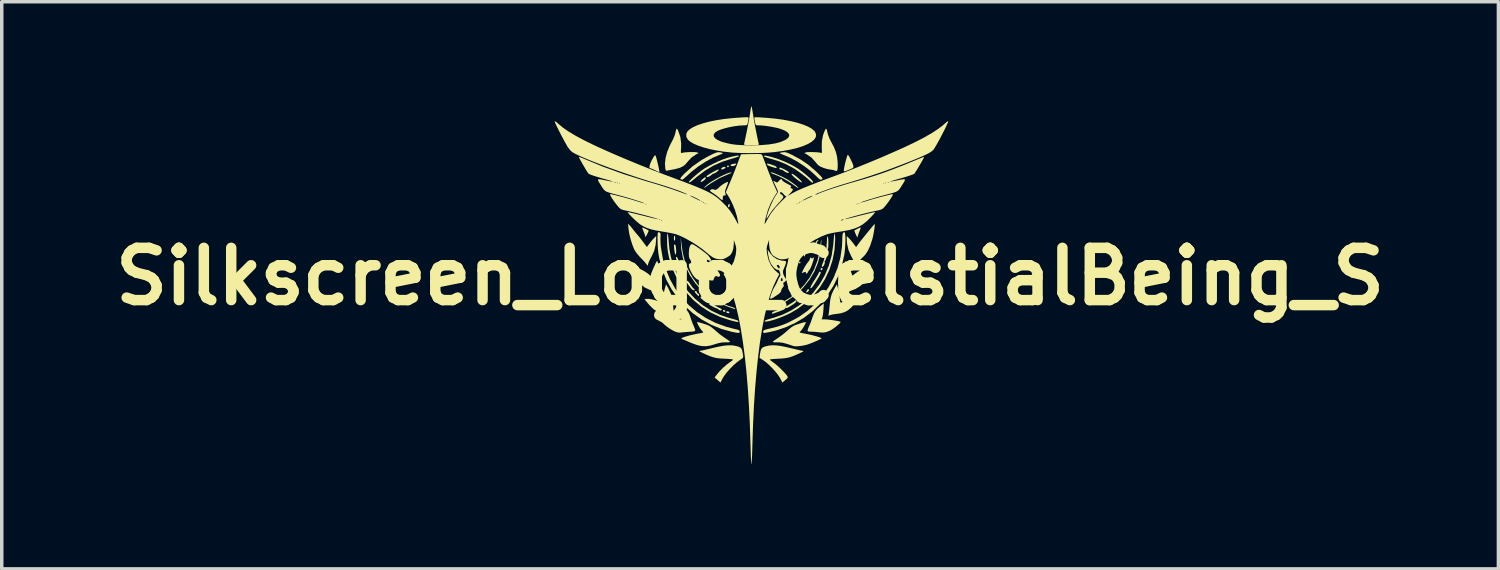
<source format=kicad_pcb>
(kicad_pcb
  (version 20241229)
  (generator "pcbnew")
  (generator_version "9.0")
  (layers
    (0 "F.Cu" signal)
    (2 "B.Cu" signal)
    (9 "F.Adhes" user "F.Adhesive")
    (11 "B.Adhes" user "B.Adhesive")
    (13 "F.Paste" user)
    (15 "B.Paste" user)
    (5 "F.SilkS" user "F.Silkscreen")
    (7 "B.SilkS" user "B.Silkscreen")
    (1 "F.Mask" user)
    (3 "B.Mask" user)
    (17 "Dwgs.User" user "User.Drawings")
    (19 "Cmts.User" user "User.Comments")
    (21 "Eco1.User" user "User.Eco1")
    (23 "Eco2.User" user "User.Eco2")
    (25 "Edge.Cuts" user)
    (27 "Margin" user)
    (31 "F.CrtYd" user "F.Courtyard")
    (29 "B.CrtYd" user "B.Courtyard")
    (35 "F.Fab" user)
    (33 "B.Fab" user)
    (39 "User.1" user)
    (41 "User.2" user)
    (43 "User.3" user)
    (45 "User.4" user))
  (footprint "Silkscreen_Logo_CelstialBeing_S"
    (layer "F.Cu")
    (at 18.479 4.885)
    (property "Reference" "Silkscreen_Logo_CelstialBeing_S" (at 0 0 0) (layer "F.SilkS") (effects (font (size 1.5 1.5) (thickness 0.3))))
    (attr board_only exclude_from_pos_files exclude_from_bom)
    (fp_poly (pts (xy -0.716 0.977) (xy -0.709 1) (xy -0.729 1.015) (xy -0.741 1.016) (xy -0.774 1.004) (xy -0.782 0.985) (xy -0.767 0.962) (xy -0.749 0.961)) (stroke (width 0) (type solid)) (fill yes) (layer "F.SilkS"))
    (fp_poly (pts (xy -0.609 -3.175) (xy -0.606 -3.166) (xy -0.619 -3.141) (xy -0.644 -3.135) (xy -0.652 -3.14) (xy -0.664 -3.168) (xy -0.643 -3.184) (xy -0.635 -3.185)) (stroke (width 0) (type solid)) (fill yes) (layer "F.SilkS"))
    (fp_poly (pts (xy 1.444 -0.414) (xy 1.446 -0.401) (xy 1.435 -0.375) (xy 1.426 -0.371) (xy 1.409 -0.387) (xy 1.407 -0.401) (xy 1.417 -0.427) (xy 1.426 -0.43)) (stroke (width 0) (type solid)) (fill yes) (layer "F.SilkS"))
    (fp_poly (pts (xy 1.579 -0.649) (xy 1.583 -0.628) (xy 1.574 -0.59) (xy 1.563 -0.576) (xy 1.548 -0.582) (xy 1.544 -0.603) (xy 1.552 -0.641) (xy 1.563 -0.655)) (stroke (width 0) (type solid)) (fill yes) (layer "F.SilkS"))
    (fp_poly (pts (xy -0.641 1) (xy -0.605 1.014) (xy -0.591 1.035) (xy -0.601 1.052) (xy -0.62 1.055) (xy -0.658 1.049) (xy -0.671 1.042) (xy -0.684 1.014) (xy -0.664 1)) (stroke (width 0) (type solid)) (fill yes) (layer "F.SilkS"))
    (fp_poly (pts (xy -0.587 -2.073) (xy -0.586 -2.047) (xy -0.593 -2.002) (xy -0.609 -1.983) (xy -0.628 -1.994) (xy -0.634 -2.006) (xy -0.631 -2.046) (xy -0.616 -2.069) (xy -0.595 -2.086)) (stroke (width 0) (type solid)) (fill yes) (layer "F.SilkS"))
    (fp_poly (pts (xy 2.076 -0.237) (xy 2.079 -0.207) (xy 2.078 -0.205) (xy 2.056 -0.178) (xy 2.03 -0.184) (xy 2.025 -0.191) (xy 2.025 -0.22) (xy 2.031 -0.233) (xy 2.055 -0.249)) (stroke (width 0) (type solid)) (fill yes) (layer "F.SilkS"))
    (fp_poly (pts (xy 1.686 0.369) (xy 1.687 0.37) (xy 1.694 0.395) (xy 1.669 0.43) (xy 1.667 0.432) (xy 1.635 0.455) (xy 1.615 0.455) (xy 1.615 0.455) (xy 1.617 0.427) (xy 1.635 0.392) (xy 1.663 0.363)) (stroke (width 0) (type solid)) (fill yes) (layer "F.SilkS"))
    (fp_poly (pts (xy -2.156 -1.155) (xy -2.149 -1.113) (xy -2.149 -1.105) (xy -2.154 -1.056) (xy -2.167 -1.027) (xy -2.169 -1.026) (xy -2.182 -1.035) (xy -2.188 -1.076) (xy -2.188 -1.093) (xy -2.184 -1.142) (xy -2.173 -1.17) (xy -2.169 -1.172)) (stroke (width 0) (type solid)) (fill yes) (layer "F.SilkS"))
    (fp_poly (pts (xy -1.942 -0.128) (xy -1.914 -0.097) (xy -1.872 -0.032) (xy -1.847 0.027) (xy -1.844 0.069) (xy -1.85 0.08) (xy -1.871 0.076) (xy -1.902 0.035) (xy -1.926 -0.008) (xy -1.954 -0.07) (xy -1.966 -0.114) (xy -1.962 -0.135)) (stroke (width 0) (type solid)) (fill yes) (layer "F.SilkS"))
    (fp_poly (pts (xy -0.706 -3.137) (xy -0.709 -3.116) (xy -0.739 -3.093) (xy -0.754 -3.087) (xy -0.796 -3.071) (xy -0.816 -3.07) (xy -0.828 -3.083) (xy -0.83 -3.086) (xy -0.824 -3.107) (xy -0.794 -3.129) (xy -0.752 -3.144) (xy -0.734 -3.146)) (stroke (width 0) (type solid)) (fill yes) (layer "F.SilkS"))
    (fp_poly (pts (xy -0.399 -3.234) (xy -0.402 -3.218) (xy -0.429 -3.19) (xy -0.474 -3.171) (xy -0.521 -3.167) (xy -0.553 -3.18) (xy -0.556 -3.183) (xy -0.559 -3.202) (xy -0.538 -3.216) (xy -0.485 -3.23) (xy -0.464 -3.234) (xy -0.417 -3.241)) (stroke (width 0) (type solid)) (fill yes) (layer "F.SilkS"))
    (fp_poly (pts (xy -1.271 -2.838) (xy -1.27 -2.826) (xy -1.283 -2.797) (xy -1.316 -2.764) (xy -1.357 -2.734) (xy -1.394 -2.715) (xy -1.417 -2.716) (xy -1.418 -2.717) (xy -1.412 -2.742) (xy -1.383 -2.778) (xy -1.365 -2.795) (xy -1.313 -2.836) (xy -1.283 -2.85)) (stroke (width 0) (type solid)) (fill yes) (layer "F.SilkS"))
    (fp_poly (pts (xy 1.964 -1.051) (xy 1.96 -1.033) (xy 1.945 -1.016) (xy 1.919 -0.983) (xy 1.915 -0.965) (xy 1.903 -0.94) (xy 1.895 -0.938) (xy 1.877 -0.953) (xy 1.876 -0.964) (xy 1.887 -0.993) (xy 1.914 -1.025) (xy 1.944 -1.048) (xy 1.964 -1.051)) (stroke (width 0) (type solid)) (fill yes) (layer "F.SilkS"))
    (fp_poly (pts (xy -1.531 0.435) (xy -1.524 0.46) (xy -1.508 0.485) (xy -1.495 0.488) (xy -1.471 0.505) (xy -1.465 0.528) (xy -1.467 0.556) (xy -1.477 0.562) (xy -1.502 0.544) (xy -1.541 0.504) (xy -1.578 0.46) (xy -1.587 0.429) (xy -1.584 0.424) (xy -1.556 0.416)) (stroke (width 0) (type solid)) (fill yes) (layer "F.SilkS"))
    (fp_poly (pts (xy -1.395 0.586) (xy -1.355 0.608) (xy -1.307 0.641) (xy -1.26 0.676) (xy -1.225 0.707) (xy -1.211 0.726) (xy -1.224 0.748) (xy -1.26 0.741) (xy -1.319 0.703) (xy -1.336 0.691) (xy -1.391 0.645) (xy -1.419 0.616) (xy -1.424 0.595) (xy -1.414 0.581)) (stroke (width 0) (type solid)) (fill yes) (layer "F.SilkS"))
    (fp_poly (pts (xy 1.282 -0.077) (xy 1.284 -0.043) (xy 1.284 0.008) (xy 1.277 0.085) (xy 1.262 0.125) (xy 1.252 0.133) (xy 1.233 0.129) (xy 1.235 0.102) (xy 1.237 0.058) (xy 1.23 0.037) (xy 1.227 0.001) (xy 1.239 -0.019) (xy 1.267 -0.059) (xy 1.276 -0.078)) (stroke (width 0) (type solid)) (fill yes) (layer "F.SilkS"))
    (fp_poly (pts (xy 1.584 0.481) (xy 1.571 0.514) (xy 1.534 0.564) (xy 1.5 0.6) (xy 1.444 0.654) (xy 1.409 0.68) (xy 1.391 0.678) (xy 1.387 0.659) (xy 1.4 0.634) (xy 1.433 0.593) (xy 1.476 0.547) (xy 1.52 0.504) (xy 1.555 0.475) (xy 1.569 0.469)) (stroke (width 0) (type solid)) (fill yes) (layer "F.SilkS"))
    (fp_poly (pts (xy -2.147 -0.907) (xy -2.134 -0.87) (xy -2.125 -0.801) (xy -2.124 -0.786) (xy -2.121 -0.716) (xy -2.125 -0.663) (xy -2.133 -0.632) (xy -2.144 -0.63) (xy -2.156 -0.657) (xy -2.164 -0.696) (xy -2.174 -0.758) (xy -2.18 -0.806) (xy -2.185 -0.871) (xy -2.183 -0.905) (xy -2.171 -0.918) (xy -2.164 -0.918)) (stroke (width 0) (type solid)) (fill yes) (layer "F.SilkS"))
    (fp_poly (pts (xy -2.107 -0.562) (xy -2.088 -0.54) (xy -2.061 -0.481) (xy -2.026 -0.385) (xy -1.984 -0.256) (xy -1.981 -0.223) (xy -2.001 -0.215) (xy -2.026 -0.233) (xy -2.049 -0.285) (xy -2.053 -0.298) (xy -2.074 -0.368) (xy -2.098 -0.434) (xy -2.102 -0.445) (xy -2.124 -0.509) (xy -2.128 -0.55) (xy -2.113 -0.564)) (stroke (width 0) (type solid)) (fill yes) (layer "F.SilkS"))
    (fp_poly (pts (xy 3.173 -1.391) (xy 3.161 -1.352) (xy 3.153 -1.333) (xy 3.126 -1.264) (xy 3.101 -1.193) (xy 3.099 -1.188) (xy 3.076 -1.115) (xy 3.031 -1.214) (xy 3.008 -1.269) (xy 2.994 -1.307) (xy 2.993 -1.318) (xy 3.017 -1.334) (xy 3.061 -1.357) (xy 3.111 -1.382) (xy 3.152 -1.401) (xy 3.17 -1.407)) (stroke (width 0) (type solid)) (fill yes) (layer "F.SilkS"))
    (fp_poly (pts (xy 1.231 -2.938) (xy 1.279 -2.906) (xy 1.336 -2.862) (xy 1.393 -2.813) (xy 1.443 -2.766) (xy 1.476 -2.729) (xy 1.485 -2.712) (xy 1.48 -2.699) (xy 1.461 -2.703) (xy 1.423 -2.726) (xy 1.363 -2.77) (xy 1.329 -2.796) (xy 1.26 -2.853) (xy 1.213 -2.9) (xy 1.19 -2.934) (xy 1.196 -2.95) (xy 1.202 -2.95)) (stroke (width 0) (type solid)) (fill yes) (layer "F.SilkS"))
    (fp_poly (pts (xy -3.077 -1.4) (xy -3.035 -1.384) (xy -2.986 -1.361) (xy -2.941 -1.337) (xy -2.914 -1.318) (xy -2.911 -1.313) (xy -2.92 -1.289) (xy -2.94 -1.242) (xy -2.96 -1.202) (xy -2.988 -1.15) (xy -3.005 -1.133) (xy -3.009 -1.143) (xy -3.017 -1.182) (xy -3.037 -1.241) (xy -3.057 -1.29) (xy -3.08 -1.347) (xy -3.095 -1.389) (xy -3.097 -1.403)) (stroke (width 0) (type solid)) (fill yes) (layer "F.SilkS"))
    (fp_poly (pts (xy -1.773 0.144) (xy -1.738 0.189) (xy -1.695 0.254) (xy -1.658 0.306) (xy -1.621 0.348) (xy -1.614 0.353) (xy -1.59 0.377) (xy -1.595 0.391) (xy -1.608 0.396) (xy -1.64 0.391) (xy -1.683 0.354) (xy -1.706 0.326) (xy -1.77 0.244) (xy -1.809 0.186) (xy -1.825 0.149) (xy -1.819 0.129) (xy -1.817 0.127) (xy -1.798 0.125)) (stroke (width 0) (type solid)) (fill yes) (layer "F.SilkS"))
    (fp_poly (pts (xy 0.514 -3.239) (xy 0.554 -3.228) (xy 0.624 -3.206) (xy 0.633 -3.204) (xy 0.709 -3.176) (xy 0.753 -3.151) (xy 0.762 -3.135) (xy 0.761 -3.119) (xy 0.753 -3.111) (xy 0.73 -3.114) (xy 0.686 -3.126) (xy 0.611 -3.149) (xy 0.611 -3.149) (xy 0.541 -3.176) (xy 0.499 -3.2) (xy 0.488 -3.216) (xy 0.489 -3.232) (xy 0.495 -3.24)) (stroke (width 0) (type solid)) (fill yes) (layer "F.SilkS"))
    (fp_poly (pts (xy 0.951 0.905) (xy 0.957 0.932) (xy 0.924 0.963) (xy 0.854 0.997) (xy 0.809 1.014) (xy 0.739 1.038) (xy 0.683 1.058) (xy 0.651 1.069) (xy 0.65 1.069) (xy 0.629 1.063) (xy 0.625 1.049) (xy 0.644 1.025) (xy 0.699 0.998) (xy 0.738 0.985) (xy 0.807 0.961) (xy 0.867 0.936) (xy 0.894 0.922) (xy 0.931 0.905)) (stroke (width 0) (type solid)) (fill yes) (layer "F.SilkS"))
    (fp_poly (pts (xy 2.236 -1.135) (xy 2.242 -1.089) (xy 2.246 -1.024) (xy 2.247 -0.951) (xy 2.246 -0.881) (xy 2.241 -0.824) (xy 2.235 -0.793) (xy 2.214 -0.766) (xy 2.203 -0.762) (xy 2.193 -0.781) (xy 2.191 -0.836) (xy 2.195 -0.894) (xy 2.202 -0.973) (xy 2.206 -1.045) (xy 2.208 -1.089) (xy 2.213 -1.132) (xy 2.226 -1.153) (xy 2.227 -1.153)) (stroke (width 0) (type solid)) (fill yes) (layer "F.SilkS"))
    (fp_poly (pts (xy 0.891 -3.117) (xy 0.941 -3.095) (xy 0.999 -3.066) (xy 1.055 -3.034) (xy 1.096 -3.007) (xy 1.114 -2.99) (xy 1.114 -2.989) (xy 1.1 -2.971) (xy 1.064 -2.975) (xy 1.015 -2.997) (xy 0.983 -3.019) (xy 0.94 -3.05) (xy 0.91 -3.065) (xy 0.905 -3.066) (xy 0.859 -3.068) (xy 0.84 -3.094) (xy 0.84 -3.097) (xy 0.851 -3.123) (xy 0.86 -3.126)) (stroke (width 0) (type solid)) (fill yes) (layer "F.SilkS"))
    (fp_poly (pts (xy 2.024 -0.131) (xy 2.029 -0.11) (xy 2.015 -0.069) (xy 1.983 -0.005) (xy 1.933 0.079) (xy 1.863 0.193) (xy 1.809 0.273) (xy 1.77 0.322) (xy 1.744 0.34) (xy 1.73 0.331) (xy 1.736 0.303) (xy 1.761 0.25) (xy 1.802 0.178) (xy 1.846 0.109) (xy 1.896 0.031) (xy 1.937 -0.037) (xy 1.964 -0.086) (xy 1.973 -0.111) (xy 1.989 -0.134) (xy 2.003 -0.137)) (stroke (width 0) (type solid)) (fill yes) (layer "F.SilkS"))
    (fp_poly (pts (xy -0.9 -3.066) (xy -0.899 -3.061) (xy -0.914 -3.036) (xy -0.952 -3.004) (xy -0.998 -2.973) (xy -1.04 -2.953) (xy -1.055 -2.95) (xy -1.08 -2.938) (xy -1.118 -2.908) (xy -1.125 -2.901) (xy -1.17 -2.87) (xy -1.212 -2.854) (xy -1.243 -2.855) (xy -1.25 -2.87) (xy -1.243 -2.885) (xy -1.219 -2.906) (xy -1.172 -2.936) (xy -1.099 -2.979) (xy -1.031 -3.017) (xy -0.96 -3.054) (xy -0.917 -3.069)) (stroke (width 0) (type solid)) (fill yes) (layer "F.SilkS"))
    (fp_poly (pts (xy 1.326 0.698) (xy 1.329 0.713) (xy 1.313 0.739) (xy 1.273 0.775) (xy 1.226 0.808) (xy 1.145 0.859) (xy 1.09 0.891) (xy 1.056 0.906) (xy 1.036 0.907) (xy 1.025 0.897) (xy 1.024 0.897) (xy 1.019 0.884) (xy 1.024 0.871) (xy 1.046 0.853) (xy 1.09 0.825) (xy 1.161 0.783) (xy 1.167 0.78) (xy 1.223 0.745) (xy 1.265 0.716) (xy 1.281 0.702) (xy 1.305 0.684)) (stroke (width 0) (type solid)) (fill yes) (layer "F.SilkS"))
    (fp_poly (pts (xy -1.081 0.795) (xy -1.037 0.82) (xy -0.968 0.858) (xy -0.901 0.893) (xy -0.867 0.908) (xy -0.826 0.931) (xy -0.81 0.953) (xy -0.811 0.957) (xy -0.841 0.976) (xy -0.883 0.965) (xy -0.906 0.948) (xy -0.939 0.924) (xy -0.957 0.918) (xy -0.983 0.91) (xy -1.029 0.888) (xy -1.085 0.859) (xy -1.136 0.83) (xy -1.17 0.808) (xy -1.171 0.807) (xy -1.167 0.79) (xy -1.159 0.78) (xy -1.132 0.776)) (stroke (width 0) (type solid)) (fill yes) (layer "F.SilkS"))
    (fp_poly (pts (xy -0.531 -2.985) (xy -0.531 -2.976) (xy -0.562 -2.959) (xy -0.617 -2.936) (xy -0.625 -2.933) (xy -0.88 -2.821) (xy -1.121 -2.676) (xy -1.159 -2.65) (xy -1.24 -2.593) (xy -1.294 -2.557) (xy -1.321 -2.544) (xy -1.319 -2.553) (xy -1.287 -2.585) (xy -1.25 -2.618) (xy -1.176 -2.676) (xy -1.083 -2.738) (xy -0.979 -2.8) (xy -0.872 -2.858) (xy -0.767 -2.909) (xy -0.673 -2.95) (xy -0.595 -2.977) (xy -0.54 -2.986)) (stroke (width 0) (type solid)) (fill yes) (layer "F.SilkS"))
    (fp_poly (pts (xy 2.199 -0.679) (xy 2.206 -0.651) (xy 2.202 -0.6) (xy 2.191 -0.541) (xy 2.175 -0.49) (xy 2.159 -0.462) (xy 2.141 -0.435) (xy 2.142 -0.424) (xy 2.146 -0.397) (xy 2.134 -0.353) (xy 2.113 -0.309) (xy 2.089 -0.278) (xy 2.078 -0.274) (xy 2.058 -0.284) (xy 2.062 -0.318) (xy 2.08 -0.368) (xy 2.101 -0.42) (xy 2.122 -0.48) (xy 2.138 -0.549) (xy 2.139 -0.557) (xy 2.154 -0.625) (xy 2.173 -0.669) (xy 2.192 -0.683)) (stroke (width 0) (type solid)) (fill yes) (layer "F.SilkS"))
    (fp_poly (pts (xy -2.716 -3.476) (xy -2.703 -3.441) (xy -2.685 -3.382) (xy -2.666 -3.308) (xy -2.646 -3.226) (xy -2.628 -3.145) (xy -2.614 -3.074) (xy -2.605 -3.02) (xy -2.603 -2.993) (xy -2.605 -2.991) (xy -2.623 -3) (xy -2.666 -3.021) (xy -2.726 -3.049) (xy -2.79 -3.079) (xy -2.842 -3.099) (xy -2.87 -3.107) (xy -2.888 -3.122) (xy -2.887 -3.166) (xy -2.869 -3.23) (xy -2.835 -3.311) (xy -2.802 -3.374) (xy -2.761 -3.443) (xy -2.733 -3.477) (xy -2.717 -3.477)) (stroke (width 0) (type solid)) (fill yes) (layer "F.SilkS"))
    (fp_poly (pts (xy 0.641 -2.981) (xy 0.707 -2.958) (xy 0.789 -2.923) (xy 0.879 -2.883) (xy 0.969 -2.839) (xy 1.051 -2.796) (xy 1.101 -2.766) (xy 1.182 -2.713) (xy 1.256 -2.659) (xy 1.319 -2.61) (xy 1.365 -2.569) (xy 1.387 -2.542) (xy 1.387 -2.535) (xy 1.368 -2.543) (xy 1.327 -2.569) (xy 1.269 -2.61) (xy 1.241 -2.632) (xy 1.107 -2.723) (xy 0.956 -2.811) (xy 0.805 -2.885) (xy 0.713 -2.922) (xy 0.645 -2.948) (xy 0.602 -2.97) (xy 0.587 -2.985) (xy 0.602 -2.989)) (stroke (width 0) (type solid)) (fill yes) (layer "F.SilkS"))
    (fp_poly (pts (xy 2.815 -3.482) (xy 2.84 -3.446) (xy 2.871 -3.392) (xy 2.903 -3.328) (xy 2.933 -3.265) (xy 2.954 -3.212) (xy 2.962 -3.181) (xy 2.966 -3.145) (xy 2.958 -3.121) (xy 2.93 -3.102) (xy 2.875 -3.078) (xy 2.859 -3.071) (xy 2.777 -3.038) (xy 2.725 -3.02) (xy 2.698 -3.018) (xy 2.689 -3.034) (xy 2.692 -3.069) (xy 2.699 -3.11) (xy 2.711 -3.171) (xy 2.728 -3.247) (xy 2.748 -3.327) (xy 2.769 -3.4) (xy 2.787 -3.458) (xy 2.8 -3.489) (xy 2.801 -3.492)) (stroke (width 0) (type solid)) (fill yes) (layer "F.SilkS"))
    (fp_poly (pts (xy -0.865 -3.563) (xy -0.814 -3.553) (xy -0.785 -3.542) (xy -0.782 -3.538) (xy -0.798 -3.524) (xy -0.839 -3.505) (xy -0.855 -3.499) (xy -1.062 -3.412) (xy -1.276 -3.296) (xy -1.486 -3.159) (xy -1.68 -3.007) (xy -1.765 -2.93) (xy -1.832 -2.869) (xy -1.888 -2.819) (xy -1.929 -2.786) (xy -1.947 -2.775) (xy -1.976 -2.785) (xy -1.993 -2.794) (xy -2.002 -2.807) (xy -1.993 -2.83) (xy -1.964 -2.868) (xy -1.91 -2.926) (xy -1.885 -2.951) (xy -1.652 -3.161) (xy -1.392 -3.342) (xy -1.182 -3.459) (xy -1.085 -3.507) (xy -1.014 -3.539) (xy -0.962 -3.558) (xy -0.922 -3.566) (xy -0.886 -3.566)) (stroke (width 0) (type solid)) (fill yes) (layer "F.SilkS"))
    (fp_poly (pts (xy 1.02 -3.564) (xy 1.067 -3.551) (xy 1.129 -3.525) (xy 1.211 -3.486) (xy 1.451 -3.356) (xy 1.669 -3.207) (xy 1.877 -3.029) (xy 1.908 -3) (xy 1.986 -2.923) (xy 2.038 -2.869) (xy 2.068 -2.832) (xy 2.078 -2.809) (xy 2.072 -2.796) (xy 2.071 -2.795) (xy 2.043 -2.78) (xy 2.016 -2.78) (xy 1.983 -2.8) (xy 1.936 -2.842) (xy 1.895 -2.883) (xy 1.733 -3.031) (xy 1.546 -3.173) (xy 1.346 -3.302) (xy 1.146 -3.409) (xy 1.032 -3.458) (xy 0.958 -3.489) (xy 0.898 -3.515) (xy 0.86 -3.533) (xy 0.854 -3.537) (xy 0.862 -3.547) (xy 0.899 -3.558) (xy 0.932 -3.563) (xy 0.978 -3.568)) (stroke (width 0) (type solid)) (fill yes) (layer "F.SilkS"))
    (fp_poly (pts (xy -1.963 -0.891) (xy -1.932 -0.683) (xy -1.89 -0.501) (xy -1.835 -0.335) (xy -1.778 -0.201) (xy -1.648 0.033) (xy -1.488 0.248) (xy -1.301 0.44) (xy -1.092 0.605) (xy -0.865 0.741) (xy -0.624 0.843) (xy -0.542 0.869) (xy -0.483 0.889) (xy -0.442 0.908) (xy -0.43 0.92) (xy -0.434 0.937) (xy -0.435 0.937) (xy -0.454 0.93) (xy -0.501 0.915) (xy -0.566 0.893) (xy -0.577 0.89) (xy -0.803 0.802) (xy -1.003 0.7) (xy -1.185 0.577) (xy -1.361 0.425) (xy -1.384 0.403) (xy -1.572 0.195) (xy -1.725 -0.03) (xy -1.845 -0.271) (xy -1.928 -0.524) (xy -1.975 -0.787) (xy -1.983 -0.909) (xy -1.992 -1.123)) (stroke (width 0) (type solid)) (fill yes) (layer "F.SilkS"))
    (fp_poly (pts (xy -0.319 -3.465) (xy -0.317 -3.455) (xy -0.338 -3.441) (xy -0.389 -3.421) (xy -0.462 -3.398) (xy -0.532 -3.378) (xy -0.804 -3.292) (xy -1.055 -3.18) (xy -1.292 -3.038) (xy -1.524 -2.862) (xy -1.554 -2.837) (xy -1.638 -2.767) (xy -1.697 -2.722) (xy -1.735 -2.7) (xy -1.754 -2.7) (xy -1.758 -2.715) (xy -1.744 -2.736) (xy -1.705 -2.776) (xy -1.647 -2.831) (xy -1.576 -2.893) (xy -1.498 -2.959) (xy -1.419 -3.022) (xy -1.393 -3.042) (xy -1.302 -3.103) (xy -1.185 -3.17) (xy -1.052 -3.239) (xy -0.914 -3.304) (xy -0.782 -3.359) (xy -0.665 -3.4) (xy -0.645 -3.406) (xy -0.515 -3.441) (xy -0.416 -3.462) (xy -0.35 -3.47)) (stroke (width 0) (type solid)) (fill yes) (layer "F.SilkS"))
    (fp_poly (pts (xy 0.463 -3.464) (xy 0.61 -3.432) (xy 0.777 -3.381) (xy 0.952 -3.314) (xy 1.124 -3.236) (xy 1.282 -3.153) (xy 1.384 -3.09) (xy 1.458 -3.036) (xy 1.539 -2.973) (xy 1.62 -2.907) (xy 1.693 -2.843) (xy 1.752 -2.787) (xy 1.79 -2.746) (xy 1.798 -2.734) (xy 1.808 -2.7) (xy 1.795 -2.689) (xy 1.764 -2.704) (xy 1.737 -2.728) (xy 1.677 -2.785) (xy 1.594 -2.856) (xy 1.497 -2.932) (xy 1.395 -3.007) (xy 1.298 -3.074) (xy 1.231 -3.116) (xy 1.018 -3.228) (xy 0.795 -3.317) (xy 0.603 -3.375) (xy 0.521 -3.399) (xy 0.453 -3.423) (xy 0.409 -3.442) (xy 0.396 -3.452) (xy 0.403 -3.467) (xy 0.441 -3.467)) (stroke (width 0) (type solid)) (fill yes) (layer "F.SilkS"))
    (fp_poly (pts (xy 1.828 -0.543) (xy 1.829 -0.518) (xy 1.818 -0.468) (xy 1.798 -0.403) (xy 1.773 -0.332) (xy 1.747 -0.267) (xy 1.723 -0.216) (xy 1.706 -0.193) (xy 1.675 -0.154) (xy 1.659 -0.123) (xy 1.637 -0.088) (xy 1.615 -0.08) (xy 1.603 -0.1) (xy 1.602 -0.109) (xy 1.592 -0.13) (xy 1.558 -0.126) (xy 1.512 -0.107) (xy 1.489 -0.092) (xy 1.485 -0.098) (xy 1.497 -0.132) (xy 1.523 -0.188) (xy 1.533 -0.209) (xy 1.575 -0.285) (xy 1.621 -0.357) (xy 1.659 -0.409) (xy 1.661 -0.411) (xy 1.697 -0.458) (xy 1.717 -0.5) (xy 1.719 -0.512) (xy 1.73 -0.542) (xy 1.751 -0.542) (xy 1.765 -0.523) (xy 1.778 -0.51) (xy 1.795 -0.527) (xy 1.818 -0.545)) (stroke (width 0) (type solid)) (fill yes) (layer "F.SilkS"))
    (fp_poly (pts (xy 2.045 -1.033) (xy 2.043 -0.97) (xy 2.041 -0.909) (xy 2.013 -0.643) (xy 1.946 -0.386) (xy 1.844 -0.141) (xy 1.706 0.091) (xy 1.534 0.308) (xy 1.432 0.412) (xy 1.23 0.585) (xy 1.018 0.724) (xy 0.798 0.829) (xy 0.71 0.863) (xy 0.63 0.89) (xy 0.566 0.908) (xy 0.524 0.917) (xy 0.509 0.913) (xy 0.512 0.908) (xy 0.536 0.896) (xy 0.587 0.875) (xy 0.655 0.851) (xy 0.665 0.847) (xy 0.921 0.741) (xy 1.156 0.603) (xy 1.367 0.437) (xy 1.553 0.244) (xy 1.711 0.029) (xy 1.84 -0.208) (xy 1.936 -0.463) (xy 1.998 -0.734) (xy 2.011 -0.824) (xy 2.024 -0.939) (xy 2.034 -1.017) (xy 2.041 -1.057) (xy 2.044 -1.062)) (stroke (width 0) (type solid)) (fill yes) (layer "F.SilkS"))
    (fp_poly (pts (xy -2.349 0.336) (xy -2.265 0.516) (xy -2.218 0.691) (xy -2.208 0.815) (xy -2.205 0.897) (xy -2.196 0.974) (xy -2.187 1.022) (xy -2.173 1.083) (xy -2.177 1.112) (xy -2.202 1.115) (xy -2.237 1.102) (xy -2.291 1.087) (xy -2.363 1.077) (xy -2.403 1.075) (xy -2.533 1.06) (xy -2.651 1.018) (xy -2.763 0.945) (xy -2.875 0.838) (xy -2.923 0.783) (xy -3.03 0.655) (xy -2.975 0.644) (xy -2.916 0.642) (xy -2.834 0.654) (xy -2.74 0.676) (xy -2.648 0.705) (xy -2.604 0.723) (xy -2.559 0.742) (xy -2.531 0.747) (xy -2.514 0.733) (xy -2.504 0.694) (xy -2.496 0.623) (xy -2.492 0.586) (xy -2.48 0.495) (xy -2.46 0.397) (xy -2.446 0.343) (xy -2.411 0.227)) (stroke (width 0) (type solid)) (fill yes) (layer "F.SilkS"))
    (fp_poly (pts (xy 0.047 -4.867) (xy 0.057 -4.818) (xy 0.069 -4.748) (xy 0.076 -4.704) (xy 0.087 -4.633) (xy 0.103 -4.536) (xy 0.124 -4.42) (xy 0.147 -4.295) (xy 0.172 -4.168) (xy 0.196 -4.048) (xy 0.218 -3.942) (xy 0.235 -3.86) (xy 0.247 -3.815) (xy 0.251 -3.796) (xy 0.246 -3.783) (xy 0.226 -3.776) (xy 0.185 -3.772) (xy 0.115 -3.771) (xy 0.039 -3.771) (xy -0.056 -3.771) (xy -0.118 -3.773) (xy -0.154 -3.777) (xy -0.17 -3.786) (xy -0.173 -3.8) (xy -0.17 -3.815) (xy -0.147 -3.916) (xy -0.121 -4.039) (xy -0.093 -4.175) (xy -0.066 -4.314) (xy -0.041 -4.448) (xy -0.02 -4.566) (xy -0.004 -4.66) (xy 0.001 -4.694) (xy 0.013 -4.775) (xy 0.025 -4.838) (xy 0.034 -4.877) (xy 0.039 -4.885)) (stroke (width 0) (type solid)) (fill yes) (layer "F.SilkS"))
    (fp_poly (pts (xy 2.525 0.343) (xy 2.547 0.43) (xy 2.564 0.529) (xy 2.571 0.586) (xy 2.58 0.673) (xy 2.588 0.726) (xy 2.598 0.751) (xy 2.611 0.754) (xy 2.623 0.747) (xy 2.665 0.725) (xy 2.734 0.7) (xy 2.817 0.677) (xy 2.902 0.658) (xy 2.978 0.647) (xy 3.012 0.645) (xy 3.109 0.645) (xy 3.016 0.764) (xy 2.914 0.881) (xy 2.817 0.966) (xy 2.715 1.023) (xy 2.6 1.058) (xy 2.493 1.073) (xy 2.412 1.083) (xy 2.341 1.096) (xy 2.294 1.11) (xy 2.288 1.113) (xy 2.256 1.127) (xy 2.248 1.117) (xy 2.255 1.082) (xy 2.262 1.039) (xy 2.27 0.968) (xy 2.279 0.881) (xy 2.285 0.821) (xy 2.298 0.694) (xy 2.317 0.593) (xy 2.345 0.503) (xy 2.387 0.412) (xy 2.425 0.341) (xy 2.489 0.227)) (stroke (width 0) (type solid)) (fill yes) (layer "F.SilkS"))
    (fp_poly (pts (xy -3.458 -1.468) (xy -3.42 -1.426) (xy -3.373 -1.368) (xy -3.345 -1.332) (xy -3.298 -1.272) (xy -3.251 -1.217) (xy -3.23 -1.193) (xy -3.198 -1.155) (xy -3.15 -1.095) (xy -3.097 -1.025) (xy -3.073 -0.994) (xy -2.963 -0.845) (xy -2.88 -0.955) (xy -2.83 -1.019) (xy -2.781 -1.076) (xy -2.747 -1.112) (xy -2.696 -1.16) (xy -2.696 -1.089) (xy -2.711 -0.904) (xy -2.753 -0.734) (xy -2.818 -0.592) (xy -2.859 -0.516) (xy -2.895 -0.443) (xy -2.918 -0.386) (xy -2.919 -0.383) (xy -2.941 -0.307) (xy -2.992 -0.373) (xy -3.03 -0.419) (xy -3.086 -0.48) (xy -3.149 -0.545) (xy -3.163 -0.56) (xy -3.251 -0.66) (xy -3.316 -0.759) (xy -3.333 -0.792) (xy -3.383 -0.922) (xy -3.429 -1.068) (xy -3.465 -1.214) (xy -3.487 -1.346) (xy -3.49 -1.375) (xy -3.502 -1.514)) (stroke (width 0) (type solid)) (fill yes) (layer "F.SilkS"))
    (fp_poly (pts (xy -2.658 -0.427) (xy -2.638 -0.379) (xy -2.613 -0.314) (xy -2.609 -0.303) (xy -2.569 -0.176) (xy -2.549 -0.056) (xy -2.55 0.069) (xy -2.572 0.21) (xy -2.593 0.306) (xy -2.648 0.523) (xy -2.711 0.47) (xy -2.767 0.433) (xy -2.84 0.399) (xy -2.879 0.385) (xy -3.022 0.319) (xy -3.145 0.221) (xy -3.247 0.092) (xy -3.327 -0.068) (xy -3.362 -0.171) (xy -3.38 -0.239) (xy -3.385 -0.277) (xy -3.377 -0.292) (xy -3.371 -0.293) (xy -3.318 -0.283) (xy -3.241 -0.254) (xy -3.153 -0.213) (xy -3.061 -0.165) (xy -2.977 -0.113) (xy -2.909 -0.063) (xy -2.898 -0.053) (xy -2.855 -0.015) (xy -2.841 -0.071) (xy -2.827 -0.112) (xy -2.803 -0.172) (xy -2.773 -0.242) (xy -2.741 -0.312) (xy -2.711 -0.376) (xy -2.686 -0.424) (xy -2.671 -0.447) (xy -2.668 -0.447)) (stroke (width 0) (type solid)) (fill yes) (layer "F.SilkS"))
    (fp_poly (pts (xy -0.632 -2.71) (xy -0.635 -2.689) (xy -0.65 -2.642) (xy -0.674 -2.578) (xy -0.677 -2.571) (xy -0.705 -2.498) (xy -0.718 -2.448) (xy -0.717 -2.411) (xy -0.709 -2.383) (xy -0.697 -2.343) (xy -0.705 -2.328) (xy -0.734 -2.325) (xy -0.766 -2.32) (xy -0.779 -2.296) (xy -0.782 -2.257) (xy -0.785 -2.212) (xy -0.794 -2.189) (xy -0.796 -2.189) (xy -0.817 -2.201) (xy -0.858 -2.232) (xy -0.899 -2.268) (xy -0.964 -2.322) (xy -1.034 -2.373) (xy -1.07 -2.396) (xy -1.118 -2.428) (xy -1.148 -2.455) (xy -1.153 -2.464) (xy -1.136 -2.486) (xy -1.1 -2.502) (xy -1.062 -2.505) (xy -1.046 -2.499) (xy -1.004 -2.482) (xy -0.952 -2.502) (xy -0.888 -2.558) (xy -0.888 -2.558) (xy -0.843 -2.599) (xy -0.786 -2.641) (xy -0.727 -2.677) (xy -0.675 -2.703) (xy -0.64 -2.712)) (stroke (width 0) (type solid)) (fill yes) (layer "F.SilkS"))
    (fp_poly (pts (xy 3.578 -1.497) (xy 3.578 -1.46) (xy 3.571 -1.399) (xy 3.561 -1.323) (xy 3.546 -1.24) (xy 3.53 -1.157) (xy 3.512 -1.083) (xy 3.506 -1.063) (xy 3.446 -0.882) (xy 3.381 -0.739) (xy 3.309 -0.629) (xy 3.259 -0.575) (xy 3.197 -0.515) (xy 3.13 -0.444) (xy 3.094 -0.403) (xy 3.013 -0.307) (xy 2.999 -0.373) (xy 2.982 -0.421) (xy 2.951 -0.49) (xy 2.912 -0.566) (xy 2.9 -0.586) (xy 2.824 -0.758) (xy 2.783 -0.946) (xy 2.774 -1.087) (xy 2.774 -1.16) (xy 2.825 -1.112) (xy 2.863 -1.072) (xy 2.913 -1.013) (xy 2.96 -0.954) (xy 3.043 -0.843) (xy 3.108 -0.934) (xy 3.136 -0.971) (xy 3.182 -1.031) (xy 3.242 -1.105) (xy 3.309 -1.188) (xy 3.378 -1.273) (xy 3.444 -1.354) (xy 3.502 -1.424) (xy 3.546 -1.476) (xy 3.571 -1.504)) (stroke (width 0) (type solid)) (fill yes) (layer "F.SilkS"))
    (fp_poly (pts (xy 2.757 -0.435) (xy 2.779 -0.395) (xy 2.808 -0.336) (xy 2.84 -0.267) (xy 2.871 -0.196) (xy 2.898 -0.131) (xy 2.915 -0.083) (xy 2.919 -0.071) (xy 2.933 -0.015) (xy 2.976 -0.053) (xy 3.039 -0.102) (xy 3.121 -0.154) (xy 3.212 -0.204) (xy 3.302 -0.247) (xy 3.382 -0.278) (xy 3.441 -0.293) (xy 3.45 -0.293) (xy 3.461 -0.285) (xy 3.461 -0.255) (xy 3.448 -0.198) (xy 3.438 -0.164) (xy 3.372 0.01) (xy 3.281 0.156) (xy 3.167 0.272) (xy 3.031 0.356) (xy 2.941 0.391) (xy 2.873 0.419) (xy 2.805 0.46) (xy 2.793 0.469) (xy 2.724 0.523) (xy 2.669 0.287) (xy 2.64 0.148) (xy 2.625 0.034) (xy 2.626 -0.065) (xy 2.642 -0.163) (xy 2.675 -0.268) (xy 2.687 -0.303) (xy 2.713 -0.37) (xy 2.734 -0.421) (xy 2.746 -0.446) (xy 2.746 -0.447)) (stroke (width 0) (type solid)) (fill yes) (layer "F.SilkS"))
    (fp_poly (pts (xy 2.105 0.948) (xy 2.098 1.034) (xy 2.088 1.111) (xy 2.077 1.165) (xy 2.073 1.177) (xy 2.053 1.231) (xy 2.147 1.231) (xy 2.203 1.234) (xy 2.278 1.242) (xy 2.362 1.253) (xy 2.446 1.267) (xy 2.52 1.28) (xy 2.574 1.293) (xy 2.598 1.302) (xy 2.591 1.321) (xy 2.56 1.356) (xy 2.511 1.401) (xy 2.451 1.45) (xy 2.388 1.496) (xy 2.33 1.535) (xy 2.296 1.553) (xy 2.201 1.592) (xy 2.116 1.609) (xy 2.023 1.607) (xy 1.973 1.602) (xy 1.888 1.592) (xy 1.793 1.586) (xy 1.752 1.585) (xy 1.696 1.583) (xy 1.662 1.576) (xy 1.649 1.557) (xy 1.656 1.52) (xy 1.681 1.457) (xy 1.708 1.397) (xy 1.737 1.326) (xy 1.769 1.238) (xy 1.796 1.159) (xy 1.829 1.071) (xy 1.87 0.998) (xy 1.927 0.931) (xy 2.008 0.859) (xy 2.038 0.835) (xy 2.116 0.773)) (stroke (width 0) (type solid)) (fill yes) (layer "F.SilkS"))
    (fp_poly (pts (xy 2.433 -1.213) (xy 2.439 -1.164) (xy 2.442 -1.094) (xy 2.442 -1.056) (xy 2.423 -0.76) (xy 2.367 -0.471) (xy 2.276 -0.192) (xy 2.152 0.072) (xy 1.997 0.32) (xy 1.812 0.547) (xy 1.6 0.752) (xy 1.362 0.93) (xy 1.154 1.052) (xy 1.048 1.103) (xy 0.935 1.152) (xy 0.82 1.197) (xy 0.709 1.236) (xy 0.607 1.266) (xy 0.522 1.287) (xy 0.458 1.296) (xy 0.423 1.292) (xy 0.419 1.288) (xy 0.419 1.275) (xy 0.436 1.261) (xy 0.477 1.244) (xy 0.545 1.222) (xy 0.645 1.193) (xy 0.684 1.183) (xy 0.933 1.096) (xy 1.177 0.977) (xy 1.41 0.83) (xy 1.622 0.661) (xy 1.805 0.474) (xy 1.811 0.467) (xy 1.997 0.22) (xy 2.147 -0.041) (xy 2.262 -0.316) (xy 2.343 -0.608) (xy 2.389 -0.919) (xy 2.396 -1.012) (xy 2.403 -1.1) (xy 2.411 -1.17) (xy 2.419 -1.216) (xy 2.426 -1.231)) (stroke (width 0) (type solid)) (fill yes) (layer "F.SilkS"))
    (fp_poly (pts (xy -2.087 -4.225) (xy -2.064 -4.181) (xy -2.059 -4.169) (xy -2.001 -4) (xy -1.978 -3.813) (xy -1.98 -3.686) (xy -1.986 -3.61) (xy -1.986 -3.565) (xy -1.98 -3.546) (xy -1.967 -3.544) (xy -1.958 -3.546) (xy -1.915 -3.556) (xy -1.846 -3.564) (xy -1.762 -3.569) (xy -1.675 -3.571) (xy -1.598 -3.57) (xy -1.541 -3.565) (xy -1.524 -3.561) (xy -1.476 -3.542) (xy -1.544 -3.507) (xy -1.679 -3.416) (xy -1.792 -3.293) (xy -1.797 -3.287) (xy -1.861 -3.212) (xy -1.936 -3.156) (xy -2.029 -3.114) (xy -2.15 -3.082) (xy -2.227 -3.067) (xy -2.296 -3.055) (xy -2.354 -3.043) (xy -2.378 -3.037) (xy -2.407 -3.034) (xy -2.423 -3.053) (xy -2.434 -3.097) (xy -2.444 -3.242) (xy -2.425 -3.404) (xy -2.379 -3.576) (xy -2.307 -3.753) (xy -2.246 -3.869) (xy -2.205 -3.95) (xy -2.169 -4.036) (xy -2.149 -4.103) (xy -2.13 -4.184) (xy -2.116 -4.23) (xy -2.103 -4.243)) (stroke (width 0) (type solid)) (fill yes) (layer "F.SilkS"))
    (fp_poly (pts (xy -1.96 0.835) (xy -1.868 0.913) (xy -1.803 0.982) (xy -1.758 1.052) (xy -1.725 1.133) (xy -1.719 1.152) (xy -1.69 1.24) (xy -1.656 1.332) (xy -1.633 1.387) (xy -1.597 1.471) (xy -1.577 1.526) (xy -1.579 1.559) (xy -1.607 1.576) (xy -1.664 1.583) (xy -1.756 1.589) (xy -1.761 1.59) (xy -1.849 1.596) (xy -1.926 1.603) (xy -1.982 1.608) (xy -2 1.611) (xy -2.045 1.611) (xy -2.105 1.599) (xy -2.122 1.594) (xy -2.182 1.569) (xy -2.252 1.531) (xy -2.326 1.484) (xy -2.396 1.434) (xy -2.456 1.385) (xy -2.5 1.342) (xy -2.52 1.311) (xy -2.518 1.3) (xy -2.493 1.291) (xy -2.439 1.279) (xy -2.365 1.266) (xy -2.282 1.253) (xy -2.198 1.242) (xy -2.124 1.234) (xy -2.07 1.231) (xy -2.069 1.231) (xy -1.974 1.231) (xy -1.995 1.177) (xy -2.006 1.133) (xy -2.016 1.063) (xy -2.025 0.979) (xy -2.027 0.948) (xy -2.038 0.773)) (stroke (width 0) (type solid)) (fill yes) (layer "F.SilkS"))
    (fp_poly (pts (xy -2.359 -1.213) (xy -2.351 -1.163) (xy -2.343 -1.09) (xy -2.337 -1.012) (xy -2.316 -0.788) (xy -2.279 -0.582) (xy -2.223 -0.376) (xy -2.207 -0.328) (xy -2.098 -0.059) (xy -1.955 0.193) (xy -1.783 0.426) (xy -1.584 0.637) (xy -1.362 0.822) (xy -1.12 0.978) (xy -0.861 1.103) (xy -0.625 1.183) (xy -0.517 1.213) (xy -0.441 1.235) (xy -0.391 1.25) (xy -0.361 1.261) (xy -0.346 1.271) (xy -0.339 1.28) (xy -0.337 1.286) (xy -0.336 1.3) (xy -0.348 1.306) (xy -0.38 1.303) (xy -0.436 1.292) (xy -0.523 1.27) (xy -0.557 1.261) (xy -0.855 1.164) (xy -1.133 1.035) (xy -1.388 0.875) (xy -1.62 0.685) (xy -1.825 0.466) (xy -2.003 0.221) (xy -2.149 -0.044) (xy -2.255 -0.298) (xy -2.329 -0.553) (xy -2.363 -0.731) (xy -2.372 -0.815) (xy -2.379 -0.909) (xy -2.382 -1.003) (xy -2.383 -1.09) (xy -2.381 -1.162) (xy -2.376 -1.212) (xy -2.367 -1.231) (xy -2.367 -1.231)) (stroke (width 0) (type solid)) (fill yes) (layer "F.SilkS"))
    (fp_poly (pts (xy -2.593 -1.262) (xy -2.571 -1.233) (xy -2.568 -1.178) (xy -2.571 -1.154) (xy -2.574 -1.095) (xy -2.572 -1.011) (xy -2.567 -0.914) (xy -2.561 -0.848) (xy -2.507 -0.522) (xy -2.42 -0.212) (xy -2.3 0.079) (xy -2.149 0.35) (xy -1.968 0.599) (xy -1.76 0.823) (xy -1.526 1.022) (xy -1.268 1.193) (xy -0.987 1.335) (xy -0.685 1.445) (xy -0.46 1.503) (xy -0.38 1.521) (xy -0.332 1.537) (xy -0.307 1.554) (xy -0.297 1.576) (xy -0.297 1.579) (xy -0.297 1.603) (xy -0.312 1.617) (xy -0.346 1.619) (xy -0.405 1.612) (xy -0.496 1.594) (xy -0.518 1.59) (xy -0.825 1.505) (xy -1.116 1.386) (xy -1.389 1.236) (xy -1.642 1.056) (xy -1.872 0.849) (xy -2.078 0.618) (xy -2.256 0.365) (xy -2.404 0.092) (xy -2.521 -0.198) (xy -2.603 -0.503) (xy -2.629 -0.645) (xy -2.639 -0.731) (xy -2.648 -0.829) (xy -2.653 -0.932) (xy -2.656 -1.033) (xy -2.657 -1.125) (xy -2.654 -1.2) (xy -2.648 -1.251) (xy -2.64 -1.27) (xy -2.639 -1.27)) (stroke (width 0) (type solid)) (fill yes) (layer "F.SilkS"))
    (fp_poly (pts (xy 2.191 -4.235) (xy 2.205 -4.196) (xy 2.223 -4.122) (xy 2.227 -4.103) (xy 2.25 -4.029) (xy 2.286 -3.943) (xy 2.324 -3.869) (xy 2.406 -3.714) (xy 2.462 -3.575) (xy 2.496 -3.439) (xy 2.512 -3.297) (xy 2.515 -3.211) (xy 2.514 -3.135) (xy 2.51 -3.08) (xy 2.507 -3.066) (xy 2.493 -3.033) (xy 2.473 -3.026) (xy 2.433 -3.041) (xy 2.37 -3.059) (xy 2.313 -3.067) (xy 2.249 -3.076) (xy 2.165 -3.097) (xy 2.079 -3.127) (xy 2.007 -3.16) (xy 1.984 -3.173) (xy 1.942 -3.208) (xy 1.895 -3.261) (xy 1.874 -3.288) (xy 1.762 -3.412) (xy 1.628 -3.504) (xy 1.622 -3.507) (xy 1.554 -3.542) (xy 1.603 -3.561) (xy 1.643 -3.568) (xy 1.711 -3.571) (xy 1.795 -3.57) (xy 1.881 -3.567) (xy 1.959 -3.561) (xy 2.017 -3.552) (xy 2.035 -3.547) (xy 2.051 -3.544) (xy 2.06 -3.557) (xy 2.062 -3.592) (xy 2.059 -3.656) (xy 2.057 -3.686) (xy 2.06 -3.884) (xy 2.097 -4.065) (xy 2.137 -4.169) (xy 2.161 -4.219) (xy 2.178 -4.242)) (stroke (width 0) (type solid)) (fill yes) (layer "F.SilkS"))
    (fp_poly (pts (xy 2.722 -1.252) (xy 2.73 -1.202) (xy 2.735 -1.127) (xy 2.736 -1.035) (xy 2.733 -0.932) (xy 2.727 -0.826) (xy 2.718 -0.723) (xy 2.707 -0.634) (xy 2.636 -0.319) (xy 2.531 -0.017) (xy 2.392 0.268) (xy 2.222 0.533) (xy 2.023 0.776) (xy 1.796 0.995) (xy 1.544 1.187) (xy 1.291 1.336) (xy 1.025 1.457) (xy 0.753 1.549) (xy 0.582 1.591) (xy 0.489 1.609) (xy 0.428 1.619) (xy 0.392 1.619) (xy 0.376 1.609) (xy 0.374 1.59) (xy 0.375 1.579) (xy 0.383 1.558) (xy 0.403 1.541) (xy 0.445 1.525) (xy 0.513 1.507) (xy 0.567 1.495) (xy 0.72 1.458) (xy 0.851 1.419) (xy 0.975 1.374) (xy 1.11 1.316) (xy 1.132 1.306) (xy 1.403 1.16) (xy 1.654 0.983) (xy 1.88 0.779) (xy 2.082 0.55) (xy 2.256 0.3) (xy 2.4 0.031) (xy 2.513 -0.252) (xy 2.593 -0.547) (xy 2.637 -0.851) (xy 2.645 -1.026) (xy 2.647 -1.129) (xy 2.653 -1.198) (xy 2.664 -1.241) (xy 2.682 -1.263) (xy 2.708 -1.27) (xy 2.711 -1.27)) (stroke (width 0) (type solid)) (fill yes) (layer "F.SilkS"))
    (fp_poly (pts (xy -0.528 1.976) (xy -0.432 1.99) (xy -0.368 2.005) (xy -0.308 2.025) (xy -0.267 2.05) (xy -0.24 2.088) (xy -0.222 2.147) (xy -0.206 2.235) (xy -0.203 2.257) (xy -0.198 2.303) (xy -0.206 2.333) (xy -0.234 2.36) (xy -0.281 2.391) (xy -0.375 2.46) (xy -0.477 2.55) (xy -0.579 2.653) (xy -0.672 2.758) (xy -0.746 2.857) (xy -0.775 2.904) (xy -0.851 3.044) (xy -0.935 2.972) (xy -1.019 2.9) (xy -0.944 2.802) (xy -0.868 2.713) (xy -0.773 2.618) (xy -0.672 2.53) (xy -0.579 2.46) (xy -0.567 2.452) (xy -0.521 2.42) (xy -0.493 2.394) (xy -0.488 2.386) (xy -0.507 2.379) (xy -0.557 2.372) (xy -0.631 2.366) (xy -0.723 2.361) (xy -0.738 2.36) (xy -0.851 2.354) (xy -0.946 2.344) (xy -1.035 2.326) (xy -1.126 2.297) (xy -1.229 2.256) (xy -1.354 2.199) (xy -1.387 2.183) (xy -1.437 2.158) (xy -1.454 2.145) (xy -1.444 2.137) (xy -1.426 2.134) (xy -1.391 2.127) (xy -1.326 2.113) (xy -1.238 2.093) (xy -1.134 2.068) (xy -1.06 2.05) (xy -0.89 2.012) (xy -0.75 1.987) (xy -0.632 1.976)) (stroke (width 0) (type solid)) (fill yes) (layer "F.SilkS"))
    (fp_poly (pts (xy 0.747 1.978) (xy 0.872 1.994) (xy 1.021 2.023) (xy 1.138 2.05) (xy 1.248 2.076) (xy 1.347 2.1) (xy 1.429 2.118) (xy 1.485 2.131) (xy 1.504 2.134) (xy 1.53 2.14) (xy 1.529 2.15) (xy 1.497 2.168) (xy 1.465 2.183) (xy 1.334 2.244) (xy 1.226 2.289) (xy 1.134 2.32) (xy 1.045 2.34) (xy 0.952 2.352) (xy 0.844 2.359) (xy 0.816 2.36) (xy 0.722 2.365) (xy 0.645 2.371) (xy 0.591 2.377) (xy 0.567 2.384) (xy 0.567 2.385) (xy 0.582 2.403) (xy 0.621 2.435) (xy 0.67 2.47) (xy 0.728 2.514) (xy 0.799 2.575) (xy 0.875 2.646) (xy 0.949 2.72) (xy 1.012 2.788) (xy 1.057 2.843) (xy 1.071 2.865) (xy 1.081 2.892) (xy 1.072 2.917) (xy 1.04 2.95) (xy 1.01 2.975) (xy 0.927 3.044) (xy 0.859 2.914) (xy 0.807 2.832) (xy 0.731 2.736) (xy 0.64 2.635) (xy 0.542 2.538) (xy 0.446 2.454) (xy 0.361 2.393) (xy 0.27 2.335) (xy 0.282 2.244) (xy 0.297 2.151) (xy 0.316 2.09) (xy 0.345 2.05) (xy 0.39 2.024) (xy 0.447 2.005) (xy 0.541 1.984) (xy 0.639 1.975)) (stroke (width 0) (type solid)) (fill yes) (layer "F.SilkS"))
    (fp_poly (pts (xy -1.478 1.315) (xy -1.414 1.332) (xy -1.338 1.355) (xy -1.262 1.38) (xy -1.198 1.404) (xy -1.171 1.417) (xy -1.124 1.447) (xy -1.061 1.495) (xy -0.996 1.551) (xy -0.99 1.556) (xy -0.914 1.622) (xy -0.827 1.691) (xy -0.756 1.742) (xy -0.667 1.802) (xy -0.608 1.843) (xy -0.579 1.869) (xy -0.578 1.883) (xy -0.604 1.889) (xy -0.654 1.89) (xy -0.699 1.89) (xy -0.812 1.895) (xy -0.916 1.916) (xy -1 1.942) (xy -1.138 1.983) (xy -1.257 2.002) (xy -1.371 1.999) (xy -1.461 1.984) (xy -1.539 1.962) (xy -1.634 1.929) (xy -1.727 1.892) (xy -1.744 1.885) (xy -1.82 1.852) (xy -1.886 1.824) (xy -1.93 1.807) (xy -1.939 1.803) (xy -1.968 1.787) (xy -1.973 1.778) (xy -1.955 1.763) (xy -1.906 1.743) (xy -1.833 1.72) (xy -1.744 1.695) (xy -1.645 1.671) (xy -1.544 1.65) (xy -1.508 1.643) (xy -1.424 1.628) (xy -1.373 1.617) (xy -1.349 1.607) (xy -1.346 1.595) (xy -1.36 1.58) (xy -1.365 1.575) (xy -1.397 1.54) (xy -1.433 1.489) (xy -1.468 1.432) (xy -1.498 1.377) (xy -1.518 1.334) (xy -1.521 1.311) (xy -1.518 1.309)) (stroke (width 0) (type solid)) (fill yes) (layer "F.SilkS"))
    (fp_poly (pts (xy 1.599 1.324) (xy 1.584 1.361) (xy 1.557 1.413) (xy 1.523 1.47) (xy 1.487 1.524) (xy 1.453 1.566) (xy 1.443 1.575) (xy 1.427 1.592) (xy 1.425 1.604) (xy 1.443 1.614) (xy 1.487 1.625) (xy 1.563 1.639) (xy 1.586 1.643) (xy 1.681 1.662) (xy 1.778 1.684) (xy 1.871 1.709) (xy 1.952 1.732) (xy 2.013 1.753) (xy 2.047 1.769) (xy 2.051 1.775) (xy 2.034 1.789) (xy 1.989 1.813) (xy 1.923 1.844) (xy 1.845 1.878) (xy 1.764 1.911) (xy 1.687 1.94) (xy 1.639 1.956) (xy 1.552 1.978) (xy 1.457 1.994) (xy 1.366 2.004) (xy 1.292 2.004) (xy 1.26 2) (xy 1.224 1.989) (xy 1.162 1.969) (xy 1.088 1.944) (xy 1.075 1.94) (xy 0.954 1.906) (xy 0.838 1.891) (xy 0.777 1.89) (xy 0.711 1.89) (xy 0.67 1.888) (xy 0.654 1.879) (xy 0.665 1.861) (xy 0.704 1.83) (xy 0.774 1.783) (xy 0.834 1.742) (xy 0.913 1.685) (xy 1 1.616) (xy 1.069 1.556) (xy 1.133 1.5) (xy 1.196 1.451) (xy 1.246 1.419) (xy 1.249 1.417) (xy 1.3 1.395) (xy 1.37 1.37) (xy 1.447 1.345) (xy 1.52 1.324) (xy 1.576 1.311) (xy 1.596 1.309)) (stroke (width 0) (type solid)) (fill yes) (layer "F.SilkS"))
    (fp_poly (pts (xy -1.653 -0.926) (xy -1.617 -0.908) (xy -1.558 -0.871) (xy -1.485 -0.822) (xy -1.406 -0.766) (xy -1.33 -0.71) (xy -1.264 -0.658) (xy -1.216 -0.618) (xy -1.202 -0.603) (xy -1.166 -0.556) (xy -1.135 -0.507) (xy -1.116 -0.469) (xy -1.114 -0.459) (xy -1.129 -0.45) (xy -1.162 -0.452) (xy -1.196 -0.464) (xy -1.205 -0.471) (xy -1.229 -0.481) (xy -1.241 -0.469) (xy -1.238 -0.44) (xy -1.213 -0.404) (xy -1.176 -0.37) (xy -1.138 -0.352) (xy -1.13 -0.352) (xy -1.095 -0.336) (xy -1.046 -0.296) (xy -0.992 -0.24) (xy -0.939 -0.176) (xy -0.895 -0.112) (xy -0.866 -0.059) (xy -0.86 -0.031) (xy -0.875 -0.001) (xy -0.911 0.01) (xy -0.949 -0.001) (xy -0.952 -0.004) (xy -0.977 -0.015) (xy -1.003 0.003) (xy -1.017 0.021) (xy -1.041 0.062) (xy -1.046 0.093) (xy -1.054 0.11) (xy -1.088 0.117) (xy -1.134 0.114) (xy -1.182 0.1) (xy -1.207 0.087) (xy -1.25 0.07) (xy -1.293 0.07) (xy -1.323 0.085) (xy -1.329 0.099) (xy -1.347 0.112) (xy -1.4 0.112) (xy -1.479 0.1) (xy -1.543 0.069) (xy -1.603 0.01) (xy -1.658 -0.067) (xy -1.702 -0.147) (xy -1.735 -0.224) (xy -1.754 -0.291) (xy -1.757 -0.341) (xy -1.741 -0.368) (xy -1.729 -0.371) (xy -1.696 -0.385) (xy -1.689 -0.42) (xy -1.708 -0.467) (xy -1.718 -0.481) (xy -1.741 -0.52) (xy -1.754 -0.569) (xy -1.758 -0.641) (xy -1.758 -0.669) (xy -1.752 -0.775) (xy -1.734 -0.856) (xy -1.706 -0.908) (xy -1.67 -0.928)) (stroke (width 0) (type solid)) (fill yes) (layer "F.SilkS"))
    (fp_poly (pts (xy 0.569 -0.675) (xy 0.66 -0.571) (xy 0.771 -0.498) (xy 0.894 -0.458) (xy 0.931 -0.453) (xy 0.992 -0.447) (xy 1.023 -0.438) (xy 1.033 -0.421) (xy 1.03 -0.393) (xy 1.017 -0.346) (xy 0.993 -0.282) (xy 0.976 -0.24) (xy 0.951 -0.179) (xy 0.942 -0.135) (xy 0.947 -0.094) (xy 0.957 -0.059) (xy 0.979 -0.004) (xy 1.003 0.035) (xy 1.009 0.042) (xy 1.034 0.082) (xy 1.026 0.126) (xy 0.988 0.159) (xy 0.955 0.18) (xy 0.953 0.21) (xy 0.96 0.231) (xy 0.969 0.274) (xy 0.95 0.304) (xy 0.94 0.312) (xy 0.91 0.353) (xy 0.895 0.4) (xy 0.886 0.434) (xy 0.862 0.467) (xy 0.816 0.506) (xy 0.752 0.55) (xy 0.671 0.603) (xy 0.617 0.633) (xy 0.586 0.641) (xy 0.575 0.627) (xy 0.578 0.594) (xy 0.579 0.591) (xy 0.61 0.492) (xy 0.653 0.387) (xy 0.702 0.295) (xy 0.712 0.278) (xy 0.749 0.215) (xy 0.779 0.15) (xy 0.784 0.137) (xy 0.805 0.087) (xy 0.883 0.087) (xy 0.886 0.126) (xy 0.909 0.137) (xy 0.932 0.124) (xy 0.934 0.087) (xy 0.923 0.05) (xy 0.909 0.038) (xy 0.892 0.055) (xy 0.883 0.087) (xy 0.805 0.087) (xy 0.811 0.073) (xy 0.843 0.016) (xy 0.844 0.016) (xy 0.866 -0.023) (xy 0.87 -0.059) (xy 0.857 -0.112) (xy 0.855 -0.117) (xy 0.835 -0.169) (xy 0.813 -0.189) (xy 0.796 -0.188) (xy 0.76 -0.197) (xy 0.706 -0.235) (xy 0.676 -0.263) (xy 0.638 -0.312) (xy 0.766 -0.312) (xy 0.786 -0.275) (xy 0.794 -0.262) (xy 0.825 -0.231) (xy 0.846 -0.235) (xy 0.851 -0.27) (xy 0.847 -0.289) (xy 0.823 -0.324) (xy 0.799 -0.332) (xy 0.77 -0.329) (xy 0.766 -0.312) (xy 0.638 -0.312) (xy 0.601 -0.361) (xy 0.547 -0.487) (xy 0.516 -0.645) (xy 0.513 -0.674) (xy 0.503 -0.772)) (stroke (width 0) (type solid)) (fill yes) (layer "F.SilkS"))
    (fp_poly (pts (xy 0.246 -4.568) (xy 0.335 -4.562) (xy 0.458 -4.554) (xy 0.492 -4.551) (xy 0.73 -4.529) (xy 0.956 -4.498) (xy 1.166 -4.458) (xy 1.357 -4.412) (xy 1.523 -4.359) (xy 1.663 -4.301) (xy 1.772 -4.239) (xy 1.847 -4.174) (xy 1.864 -4.152) (xy 1.894 -4.077) (xy 1.887 -4.004) (xy 1.844 -3.933) (xy 1.768 -3.866) (xy 1.66 -3.802) (xy 1.522 -3.743) (xy 1.356 -3.689) (xy 1.164 -3.643) (xy 0.948 -3.603) (xy 0.709 -3.571) (xy 0.561 -3.557) (xy 0.407 -3.548) (xy 0.227 -3.542) (xy 0.034 -3.54) (xy -0.16 -3.541) (xy -0.342 -3.547) (xy -0.501 -3.555) (xy -0.528 -3.558) (xy -0.751 -3.582) (xy -0.965 -3.616) (xy -1.164 -3.657) (xy -1.345 -3.706) (xy -1.503 -3.76) (xy -1.634 -3.818) (xy -1.733 -3.88) (xy -1.786 -3.928) (xy -1.828 -4.004) (xy -1.833 -4.083) (xy -1.806 -4.152) (xy -1.743 -4.217) (xy -1.645 -4.28) (xy -1.515 -4.34) (xy -1.357 -4.394) (xy -1.174 -4.443) (xy -0.97 -4.485) (xy -0.748 -4.519) (xy -0.512 -4.544) (xy -0.414 -4.552) (xy -0.283 -4.561) (xy -0.186 -4.567) (xy -0.119 -4.57) (xy -0.075 -4.569) (xy -0.051 -4.565) (xy -0.042 -4.555) (xy -0.042 -4.54) (xy -0.046 -4.519) (xy -0.047 -4.513) (xy -0.06 -4.447) (xy -0.07 -4.396) (xy -0.079 -4.362) (xy -0.097 -4.344) (xy -0.134 -4.338) (xy -0.182 -4.337) (xy -0.309 -4.33) (xy -0.454 -4.311) (xy -0.603 -4.283) (xy -0.745 -4.247) (xy -0.868 -4.207) (xy -0.929 -4.181) (xy -1.004 -4.132) (xy -1.042 -4.08) (xy -1.044 -4.026) (xy -1.01 -3.972) (xy -0.941 -3.922) (xy -0.838 -3.875) (xy -0.782 -3.857) (xy -0.662 -3.825) (xy -0.546 -3.8) (xy -0.425 -3.783) (xy -0.291 -3.772) (xy -0.135 -3.766) (xy 0.039 -3.764) (xy 0.302 -3.77) (xy 0.528 -3.788) (xy 0.72 -3.818) (xy 0.878 -3.86) (xy 1.004 -3.915) (xy 1.028 -3.928) (xy 1.095 -3.982) (xy 1.124 -4.037) (xy 1.115 -4.09) (xy 1.068 -4.142) (xy 0.985 -4.192) (xy 0.864 -4.238) (xy 0.829 -4.249) (xy 0.741 -4.271) (xy 0.63 -4.293) (xy 0.511 -4.312) (xy 0.396 -4.328) (xy 0.299 -4.336) (xy 0.26 -4.337) (xy 0.201 -4.339) (xy 0.169 -4.347) (xy 0.155 -4.368) (xy 0.148 -4.396) (xy 0.135 -4.462) (xy 0.125 -4.513) (xy 0.121 -4.536) (xy 0.119 -4.552) (xy 0.126 -4.563) (xy 0.146 -4.569) (xy 0.185 -4.57)) (stroke (width 0) (type solid)) (fill yes) (layer "F.SilkS"))
    (fp_poly (pts (xy -5.564 -4.435) (xy -5.507 -4.385) (xy -5.502 -4.38) (xy -5.376 -4.275) (xy -5.213 -4.162) (xy -5.013 -4.042) (xy -4.776 -3.915) (xy -4.504 -3.781) (xy -4.377 -3.721) (xy -3.998 -3.551) (xy -3.594 -3.378) (xy -3.181 -3.207) (xy -2.771 -3.043) (xy -2.378 -2.894) (xy -2.351 -2.884) (xy -2.101 -2.791) (xy -1.884 -2.71) (xy -1.698 -2.638) (xy -1.539 -2.575) (xy -1.404 -2.518) (xy -1.289 -2.467) (xy -1.191 -2.419) (xy -1.108 -2.373) (xy -1.035 -2.328) (xy -0.969 -2.282) (xy -0.907 -2.232) (xy -0.847 -2.179) (xy -0.815 -2.149) (xy -0.683 -2.018) (xy -0.577 -1.89) (xy -0.484 -1.752) (xy -0.415 -1.631) (xy -0.376 -1.558) (xy -0.352 -1.517) (xy -0.341 -1.504) (xy -0.339 -1.517) (xy -0.343 -1.554) (xy -0.345 -1.563) (xy -0.38 -1.731) (xy -0.436 -1.912) (xy -0.509 -2.091) (xy -0.593 -2.255) (xy -0.642 -2.333) (xy -0.698 -2.416) (xy -0.59 -2.669) (xy -0.542 -2.784) (xy -0.486 -2.92) (xy -0.43 -3.062) (xy -0.38 -3.193) (xy -0.372 -3.214) (xy -0.261 -3.507) (xy 0.036 -3.513) (xy 0.149 -3.514) (xy 0.23 -3.515) (xy 0.284 -3.513) (xy 0.317 -3.508) (xy 0.335 -3.499) (xy 0.346 -3.485) (xy 0.351 -3.473) (xy 0.364 -3.44) (xy 0.388 -3.378) (xy 0.42 -3.294) (xy 0.458 -3.196) (xy 0.48 -3.136) (xy 0.527 -3.014) (xy 0.579 -2.883) (xy 0.63 -2.758) (xy 0.675 -2.653) (xy 0.685 -2.631) (xy 0.779 -2.42) (xy 0.693 -2.287) (xy 0.596 -2.112) (xy 0.514 -1.913) (xy 0.452 -1.703) (xy 0.422 -1.553) (xy 0.417 -1.52) (xy 0.42 -1.509) (xy 0.434 -1.525) (xy 0.459 -1.569) (xy 0.48 -1.607) (xy 2.603 -1.607) (xy 2.617 -1.605) (xy 2.653 -1.616) (xy 2.667 -1.622) (xy 2.689 -1.635) (xy 2.677 -1.64) (xy 2.635 -1.63) (xy 2.618 -1.622) (xy 2.603 -1.607) (xy 0.48 -1.607) (xy 0.493 -1.632) (xy 0.603 -1.815) (xy 0.731 -1.982) (xy 0.826 -2.081) (xy 1.329 -2.081) (xy 1.338 -2.071) (xy 1.348 -2.081) (xy 1.345 -2.084) (xy 3.055 -2.084) (xy 3.057 -2.072) (xy 3.068 -2.071) (xy 3.084 -2.078) (xy 3.081 -2.084) (xy 3.057 -2.086) (xy 3.055 -2.084) (xy 1.345 -2.084) (xy 1.338 -2.091) (xy 1.329 -2.081) (xy 0.826 -2.081) (xy 0.844 -2.1) (xy 1.368 -2.1) (xy 1.377 -2.091) (xy 1.387 -2.1) (xy 1.384 -2.104) (xy 3.113 -2.104) (xy 3.116 -2.092) (xy 3.126 -2.091) (xy 3.142 -2.098) (xy 3.139 -2.104) (xy 3.116 -2.106) (xy 3.113 -2.104) (xy 1.384 -2.104) (xy 1.377 -2.11) (xy 1.368 -2.1) (xy 0.844 -2.1) (xy 0.855 -2.111) (xy 1.412 -2.111) (xy 1.414 -2.11) (xy 1.432 -2.124) (xy 1.436 -2.13) (xy 1.441 -2.148) (xy 1.438 -2.149) (xy 1.421 -2.135) (xy 1.417 -2.13) (xy 1.412 -2.111) (xy 0.855 -2.111) (xy 0.887 -2.145) (xy 0.902 -2.159) (xy 1.465 -2.159) (xy 1.475 -2.149) (xy 1.485 -2.159) (xy 1.475 -2.169) (xy 1.465 -2.159) (xy 0.902 -2.159) (xy 0.913 -2.17) (xy 0.922 -2.178) (xy 1.504 -2.178) (xy 1.52 -2.18) (xy 1.558 -2.196) (xy 1.578 -2.205) (xy 1.648 -2.239) (xy 1.721 -2.271) (xy 1.727 -2.274) (xy 1.771 -2.296) (xy 1.793 -2.313) (xy 1.793 -2.317) (xy 1.772 -2.313) (xy 1.728 -2.296) (xy 1.67 -2.27) (xy 1.608 -2.24) (xy 1.553 -2.211) (xy 1.515 -2.189) (xy 1.504 -2.178) (xy 0.922 -2.178) (xy 0.972 -2.226) (xy 1.017 -2.269) (xy 1.041 -2.294) (xy 1.043 -2.299) (xy 1.018 -2.305) (xy 0.984 -2.336) (xy 0.968 -2.355) (xy 0.926 -2.4) (xy 0.889 -2.421) (xy 0.865 -2.415) (xy 0.86 -2.393) (xy 0.87 -2.367) (xy 0.878 -2.364) (xy 0.909 -2.349) (xy 0.94 -2.317) (xy 0.957 -2.283) (xy 0.957 -2.28) (xy 0.945 -2.256) (xy 0.911 -2.212) (xy 0.864 -2.156) (xy 0.848 -2.139) (xy 0.751 -2.033) (xy 0.676 -1.945) (xy 0.615 -1.867) (xy 0.563 -1.789) (xy 0.538 -1.749) (xy 0.505 -1.697) (xy 0.48 -1.665) (xy 0.469 -1.66) (xy 0.469 -1.662) (xy 0.478 -1.722) (xy 0.503 -1.807) (xy 0.538 -1.909) (xy 0.582 -2.018) (xy 0.63 -2.127) (xy 0.678 -2.225) (xy 0.724 -2.304) (xy 0.741 -2.33) (xy 0.776 -2.38) (xy 0.797 -2.419) (xy 0.801 -2.432) (xy 0.793 -2.459) (xy 0.772 -2.51) (xy 0.742 -2.577) (xy 0.733 -2.596) (xy 0.701 -2.663) (xy 0.677 -2.715) (xy 0.665 -2.743) (xy 0.664 -2.746) (xy 0.679 -2.742) (xy 0.716 -2.724) (xy 0.724 -2.72) (xy 0.765 -2.699) (xy 0.79 -2.702) (xy 0.816 -2.731) (xy 0.823 -2.74) (xy 0.86 -2.778) (xy 0.894 -2.794) (xy 0.915 -2.784) (xy 0.918 -2.77) (xy 0.934 -2.744) (xy 0.984 -2.708) (xy 1.067 -2.66) (xy 1.12 -2.633) (xy 1.166 -2.608) (xy 1.18 -2.588) (xy 1.171 -2.567) (xy 1.158 -2.543) (xy 1.179 -2.53) (xy 1.189 -2.527) (xy 1.222 -2.51) (xy 1.226 -2.482) (xy 1.2 -2.439) (xy 1.152 -2.387) (xy 1.073 -2.308) (xy 1.225 -2.395) (xy 1.288 -2.429) (xy 1.366 -2.467) (xy 1.461 -2.509) (xy 1.576 -2.558) (xy 1.714 -2.613) (xy 1.877 -2.677) (xy 2.069 -2.75) (xy 2.292 -2.834) (xy 2.54 -2.925) (xy 2.801 -3.024) (xy 3.086 -3.136) (xy 3.388 -3.259) (xy 3.696 -3.387) (xy 4 -3.518) (xy 4.292 -3.647) (xy 4.455 -3.721) (xy 4.742 -3.858) (xy 4.993 -3.988) (xy 5.209 -4.111) (xy 5.389 -4.228) (xy 5.531 -4.336) (xy 5.581 -4.38) (xy 5.63 -4.424) (xy 5.667 -4.451) (xy 5.685 -4.455) (xy 5.686 -4.452) (xy 5.677 -4.42) (xy 5.651 -4.36) (xy 5.614 -4.279) (xy 5.566 -4.182) (xy 5.512 -4.077) (xy 5.456 -3.969) (xy 5.399 -3.865) (xy 5.346 -3.771) (xy 5.3 -3.694) (xy 5.271 -3.649) (xy 5.241 -3.615) (xy 5.194 -3.579) (xy 5.128 -3.539) (xy 5.038 -3.493) (xy 4.922 -3.44) (xy 4.777 -3.379) (xy 4.6 -3.307) (xy 4.523 -3.276) (xy 4.288 -3.185) (xy 4.069 -3.102) (xy 3.857 -3.024) (xy 3.645 -2.951) (xy 3.426 -2.878) (xy 3.192 -2.803) (xy 2.935 -2.724) (xy 2.651 -2.639) (xy 2.546 -2.607) (xy 2.432 -2.569) (xy 2.316 -2.53) (xy 2.203 -2.49) (xy 2.098 -2.451) (xy 2.007 -2.416) (xy 1.935 -2.386) (xy 1.887 -2.364) (xy 1.87 -2.351) (xy 1.871 -2.349) (xy 1.904 -2.352) (xy 1.933 -2.363) (xy 1.998 -2.393) (xy 2.096 -2.431) (xy 2.223 -2.476) (xy 2.373 -2.527) (xy 2.542 -2.581) (xy 2.725 -2.637) (xy 2.827 -2.667) (xy 3.81 -2.667) (xy 3.82 -2.657) (xy 3.83 -2.667) (xy 3.82 -2.677) (xy 3.81 -2.667) (xy 2.827 -2.667) (xy 2.904 -2.69) (xy 3.875 -2.69) (xy 3.878 -2.678) (xy 3.888 -2.677) (xy 3.904 -2.684) (xy 3.901 -2.69) (xy 3.878 -2.692) (xy 3.875 -2.69) (xy 2.904 -2.69) (xy 2.919 -2.694) (xy 2.972 -2.709) (xy 3.953 -2.709) (xy 3.956 -2.698) (xy 3.966 -2.696) (xy 3.982 -2.703) (xy 3.979 -2.709) (xy 3.956 -2.712) (xy 3.953 -2.709) (xy 2.972 -2.709) (xy 3.064 -2.735) (xy 3.341 -2.816) (xy 3.606 -2.9) (xy 3.871 -2.99) (xy 4.142 -3.091) (xy 4.43 -3.204) (xy 4.708 -3.319) (xy 4.804 -3.359) (xy 4.887 -3.393) (xy 4.951 -3.418) (xy 4.988 -3.431) (xy 4.995 -3.432) (xy 4.989 -3.414) (xy 4.966 -3.369) (xy 4.932 -3.306) (xy 4.889 -3.232) (xy 4.843 -3.153) (xy 4.798 -3.078) (xy 4.758 -3.014) (xy 4.728 -2.968) (xy 4.713 -2.948) (xy 4.684 -2.933) (xy 4.624 -2.91) (xy 4.539 -2.881) (xy 4.438 -2.85) (xy 4.343 -2.822) (xy 4.235 -2.792) (xy 4.143 -2.765) (xy 4.071 -2.743) (xy 4.026 -2.728) (xy 4.012 -2.722) (xy 4.033 -2.723) (xy 4.083 -2.731) (xy 4.155 -2.744) (xy 4.21 -2.755) (xy 4.318 -2.777) (xy 4.391 -2.789) (xy 4.433 -2.789) (xy 4.446 -2.773) (xy 4.434 -2.738) (xy 4.401 -2.681) (xy 4.361 -2.619) (xy 4.324 -2.56) (xy 4.294 -2.515) (xy 4.265 -2.48) (xy 4.232 -2.453) (xy 4.188 -2.43) (xy 4.13 -2.408) (xy 4.05 -2.385) (xy 3.943 -2.357) (xy 3.82 -2.325) (xy 3.715 -2.296) (xy 3.605 -2.265) (xy 3.495 -2.232) (xy 3.392 -2.201) (xy 3.302 -2.171) (xy 3.23 -2.147) (xy 3.184 -2.129) (xy 3.169 -2.119) (xy 3.169 -2.119) (xy 3.19 -2.122) (xy 3.239 -2.134) (xy 3.309 -2.155) (xy 3.361 -2.171) (xy 3.446 -2.197) (xy 3.547 -2.227) (xy 3.657 -2.257) (xy 3.769 -2.287) (xy 3.875 -2.315) (xy 3.968 -2.338) (xy 4.042 -2.355) (xy 4.087 -2.363) (xy 4.095 -2.364) (xy 4.098 -2.35) (xy 4.081 -2.311) (xy 4.048 -2.254) (xy 4.002 -2.185) (xy 3.948 -2.109) (xy 3.889 -2.034) (xy 3.86 -1.999) (xy 3.815 -1.953) (xy 3.77 -1.924) (xy 3.71 -1.905) (xy 3.669 -1.896) (xy 3.587 -1.879) (xy 3.488 -1.857) (xy 3.377 -1.83) (xy 3.26 -1.801) (xy 3.142 -1.77) (xy 3.03 -1.74) (xy 2.927 -1.712) (xy 2.839 -1.686) (xy 2.773 -1.666) (xy 2.732 -1.651) (xy 2.723 -1.644) (xy 2.726 -1.643) (xy 2.75 -1.648) (xy 2.806 -1.66) (xy 2.888 -1.68) (xy 2.991 -1.705) (xy 3.109 -1.735) (xy 3.164 -1.749) (xy 3.286 -1.779) (xy 3.395 -1.806) (xy 3.484 -1.827) (xy 3.55 -1.841) (xy 3.586 -1.848) (xy 3.591 -1.848) (xy 3.581 -1.831) (xy 3.55 -1.793) (xy 3.502 -1.739) (xy 3.458 -1.693) (xy 3.348 -1.585) (xy 3.24 -1.498) (xy 3.126 -1.43) (xy 3 -1.377) (xy 2.854 -1.335) (xy 2.679 -1.301) (xy 2.593 -1.288) (xy 2.481 -1.27) (xy 2.373 -1.25) (xy 2.278 -1.23) (xy 2.21 -1.212) (xy 2.201 -1.209) (xy 2.044 -1.146) (xy 1.872 -1.059) (xy 1.694 -0.955) (xy 1.521 -0.839) (xy 1.362 -0.718) (xy 1.312 -0.675) (xy 1.224 -0.601) (xy 1.151 -0.55) (xy 1.086 -0.519) (xy 1.017 -0.501) (xy 0.969 -0.494) (xy 0.896 -0.492) (xy 0.834 -0.505) (xy 0.771 -0.533) (xy 0.709 -0.568) (xy 0.657 -0.604) (xy 0.638 -0.622) (xy 0.591 -0.699) (xy 0.559 -0.804) (xy 0.546 -0.928) (xy 0.546 -0.928) (xy 0.543 -1.045) (xy 0.504 -0.928) (xy 0.485 -0.862) (xy 0.476 -0.806) (xy 0.477 -0.744) (xy 0.486 -0.661) (xy 0.487 -0.658) (xy 0.528 -0.478) (xy 0.599 -0.323) (xy 0.699 -0.193) (xy 0.732 -0.162) (xy 0.839 -0.067) (xy 0.75 0.103) (xy 0.657 0.307) (xy 0.571 0.549) (xy 0.49 0.827) (xy 0.415 1.141) (xy 0.348 1.489) (xy 0.286 1.871) (xy 0.232 2.286) (xy 0.185 2.732) (xy 0.144 3.208) (xy 0.111 3.714) (xy 0.085 4.249) (xy 0.067 4.811) (xy 0.066 4.841) (xy 0.062 4.983) (xy 0.058 5.112) (xy 0.053 5.222) (xy 0.048 5.309) (xy 0.044 5.367) (xy 0.04 5.392) (xy 0.039 5.393) (xy 0.035 5.374) (xy 0.031 5.321) (xy 0.026 5.239) (xy 0.021 5.133) (xy 0.017 5.007) (xy 0.013 4.866) (xy 0.012 4.841) (xy -0.006 4.271) (xy -0.032 3.729) (xy -0.065 3.217) (xy -0.105 2.736) (xy -0.153 2.286) (xy -0.208 1.869) (xy -0.27 1.484) (xy -0.338 1.134) (xy -0.414 0.819) (xy -0.496 0.539) (xy -0.584 0.297) (xy -0.673 0.101) (xy -0.761 -0.067) (xy -0.654 -0.162) (xy -0.545 -0.284) (xy -0.466 -0.432) (xy -0.417 -0.605) (xy -0.408 -0.658) (xy -0.399 -0.742) (xy -0.398 -0.804) (xy -0.406 -0.86) (xy -0.425 -0.925) (xy -0.426 -0.928) (xy -0.465 -1.045) (xy -0.468 -0.928) (xy -0.481 -0.804) (xy -0.513 -0.699) (xy -0.56 -0.622) (xy -0.56 -0.622) (xy -0.598 -0.59) (xy -0.656 -0.553) (xy -0.693 -0.533) (xy -0.763 -0.502) (xy -0.825 -0.491) (xy -0.891 -0.494) (xy -0.967 -0.506) (xy -1.033 -0.529) (xy -1.1 -0.568) (xy -1.178 -0.627) (xy -1.234 -0.675) (xy -1.368 -0.784) (xy -1.519 -0.891) (xy -1.678 -0.993) (xy -1.838 -1.083) (xy -1.989 -1.157) (xy -2.123 -1.21) (xy -2.153 -1.219) (xy -2.215 -1.234) (xy -2.305 -1.252) (xy -2.41 -1.271) (xy -2.518 -1.289) (xy -2.524 -1.29) (xy -2.695 -1.319) (xy -2.835 -1.351) (xy -2.951 -1.387) (xy -3.051 -1.432) (xy -3.143 -1.486) (xy -3.144 -1.487) (xy -3.192 -1.523) (xy -3.251 -1.573) (xy -3.297 -1.615) (xy -2.553 -1.615) (xy -2.55 -1.604) (xy -2.54 -1.602) (xy -2.524 -1.609) (xy -2.527 -1.615) (xy -2.55 -1.618) (xy -2.553 -1.615) (xy -3.297 -1.615) (xy -3.316 -1.632) (xy -3.319 -1.635) (xy -2.612 -1.635) (xy -2.609 -1.623) (xy -2.599 -1.622) (xy -2.583 -1.629) (xy -2.586 -1.635) (xy -2.609 -1.637) (xy -2.612 -1.635) (xy -3.319 -1.635) (xy -3.38 -1.694) (xy -3.438 -1.752) (xy -3.483 -1.801) (xy -3.509 -1.835) (xy -3.513 -1.847) (xy -3.493 -1.844) (xy -3.441 -1.833) (xy -3.361 -1.815) (xy -3.261 -1.791) (xy -3.144 -1.762) (xy -3.087 -1.748) (xy -2.964 -1.717) (xy -2.853 -1.69) (xy -2.761 -1.668) (xy -2.693 -1.652) (xy -2.654 -1.644) (xy -2.647 -1.644) (xy -2.649 -1.649) (xy -2.684 -1.662) (xy -2.746 -1.682) (xy -2.829 -1.706) (xy -2.93 -1.734) (xy -3.041 -1.764) (xy -3.158 -1.794) (xy -3.275 -1.824) (xy -3.387 -1.851) (xy -3.489 -1.875) (xy -3.575 -1.893) (xy -3.591 -1.896) (xy -3.665 -1.914) (xy -3.715 -1.937) (xy -3.758 -1.973) (xy -3.781 -1.999) (xy -3.841 -2.072) (xy -3.85 -2.084) (xy -3.002 -2.084) (xy -3 -2.072) (xy -2.989 -2.071) (xy -2.973 -2.078) (xy -2.975 -2.081) (xy -1.27 -2.081) (xy -1.26 -2.071) (xy -1.25 -2.081) (xy -1.26 -2.091) (xy -1.27 -2.081) (xy -2.975 -2.081) (xy -2.976 -2.084) (xy -3 -2.086) (xy -3.002 -2.084) (xy -3.85 -2.084) (xy -3.898 -2.148) (xy -3.948 -2.221) (xy -3.988 -2.285) (xy -4.014 -2.333) (xy -4.021 -2.361) (xy -4.017 -2.364) (xy -3.982 -2.359) (xy -3.916 -2.345) (xy -3.827 -2.323) (xy -3.722 -2.296) (xy -3.608 -2.265) (xy -3.492 -2.233) (xy -3.382 -2.201) (xy -3.285 -2.171) (xy -3.254 -2.162) (xy -3.169 -2.135) (xy -3.099 -2.114) (xy -3.051 -2.102) (xy -3.033 -2.1) (xy -3.034 -2.1) (xy -1.309 -2.1) (xy -1.299 -2.091) (xy -1.29 -2.1) (xy -1.299 -2.11) (xy -1.309 -2.1) (xy -3.034 -2.1) (xy -3.046 -2.109) (xy -3.092 -2.126) (xy -3.141 -2.144) (xy -1.365 -2.144) (xy -1.36 -2.133) (xy -1.34 -2.112) (xy -1.329 -2.116) (xy -1.329 -2.119) (xy -1.342 -2.135) (xy -1.351 -2.141) (xy -1.365 -2.144) (xy -3.141 -2.144) (xy -3.162 -2.151) (xy -3.187 -2.159) (xy -1.407 -2.159) (xy -1.397 -2.149) (xy -1.387 -2.159) (xy -1.397 -2.169) (xy -1.407 -2.159) (xy -3.187 -2.159) (xy -3.252 -2.18) (xy -3.355 -2.213) (xy -3.464 -2.246) (xy -3.575 -2.279) (xy -3.68 -2.308) (xy -3.739 -2.324) (xy -1.724 -2.324) (xy -1.719 -2.316) (xy -1.685 -2.295) (xy -1.628 -2.265) (xy -1.592 -2.247) (xy -1.515 -2.21) (xy -1.466 -2.187) (xy -1.439 -2.175) (xy -1.428 -2.171) (xy -1.426 -2.174) (xy -1.426 -2.178) (xy -1.443 -2.192) (xy -1.485 -2.216) (xy -1.542 -2.246) (xy -1.605 -2.277) (xy -1.664 -2.303) (xy -1.707 -2.32) (xy -1.724 -2.324) (xy -3.739 -2.324) (xy -3.742 -2.325) (xy -3.877 -2.36) (xy -3.981 -2.388) (xy -4.059 -2.411) (xy -4.116 -2.432) (xy -4.157 -2.456) (xy -4.19 -2.484) (xy -4.219 -2.52) (xy -4.25 -2.566) (xy -4.283 -2.619) (xy -4.313 -2.667) (xy -3.751 -2.667) (xy -3.742 -2.657) (xy -3.732 -2.667) (xy -3.742 -2.677) (xy -3.751 -2.667) (xy -4.313 -2.667) (xy -4.328 -2.69) (xy -3.823 -2.69) (xy -3.82 -2.678) (xy -3.81 -2.677) (xy -3.794 -2.684) (xy -3.797 -2.69) (xy -3.82 -2.692) (xy -3.823 -2.69) (xy -4.328 -2.69) (xy -4.331 -2.695) (xy -4.335 -2.701) (xy -3.899 -2.701) (xy -3.88 -2.698) (xy -3.855 -2.701) (xy -3.854 -2.708) (xy -3.881 -2.713) (xy -3.892 -2.71) (xy -3.899 -2.701) (xy -4.335 -2.701) (xy -4.361 -2.747) (xy -4.367 -2.778) (xy -4.348 -2.79) (xy -4.3 -2.788) (xy -4.22 -2.773) (xy -4.131 -2.755) (xy -4.05 -2.739) (xy -3.985 -2.727) (xy -3.944 -2.722) (xy -3.934 -2.722) (xy -3.95 -2.729) (xy -3.998 -2.744) (xy -4.071 -2.767) (xy -4.165 -2.794) (xy -4.265 -2.822) (xy -4.376 -2.855) (xy -4.475 -2.886) (xy -4.556 -2.914) (xy -4.612 -2.936) (xy -4.634 -2.948) (xy -4.654 -2.974) (xy -4.687 -3.024) (xy -4.728 -3.091) (xy -4.773 -3.167) (xy -4.819 -3.246) (xy -4.86 -3.319) (xy -4.893 -3.379) (xy -4.912 -3.42) (xy -4.916 -3.433) (xy -4.897 -3.429) (xy -4.852 -3.412) (xy -4.795 -3.388) (xy -4.224 -3.152) (xy -3.623 -2.935) (xy -2.998 -2.739) (xy -2.921 -2.717) (xy -2.769 -2.672) (xy -2.609 -2.624) (xy -2.452 -2.574) (xy -2.307 -2.527) (xy -2.185 -2.486) (xy -2.149 -2.473) (xy -2.01 -2.423) (xy -1.907 -2.386) (xy -1.839 -2.363) (xy -1.803 -2.354) (xy -1.801 -2.357) (xy -1.83 -2.373) (xy -1.856 -2.385) (xy -1.952 -2.426) (xy -2.08 -2.475) (xy -2.231 -2.528) (xy -2.4 -2.585) (xy -2.58 -2.641) (xy -2.706 -2.679) (xy -2.918 -2.742) (xy -3.14 -2.812) (xy -3.367 -2.887) (xy -3.596 -2.964) (xy -3.823 -3.044) (xy -4.045 -3.123) (xy -4.256 -3.202) (xy -4.454 -3.278) (xy -4.635 -3.35) (xy -4.793 -3.416) (xy -4.927 -3.476) (xy -5.031 -3.527) (xy -5.102 -3.568) (xy -5.107 -3.571) (xy -5.166 -3.626) (xy -5.229 -3.708) (xy -5.261 -3.761) (xy -5.317 -3.861) (xy -5.375 -3.969) (xy -5.433 -4.078) (xy -5.487 -4.184) (xy -5.535 -4.28) (xy -5.573 -4.359) (xy -5.598 -4.417) (xy -5.608 -4.447) (xy -5.608 -4.447) (xy -5.597 -4.455)) (stroke (width 0) (type solid)) (fill yes) (layer "F.SilkS")))
  (gr_rect
    (start -3 -3)
    (end 39.957 13.277)
    (stroke (width 0.1) (type default))
    (fill no)
    (layer "Edge.Cuts")))
</source>
